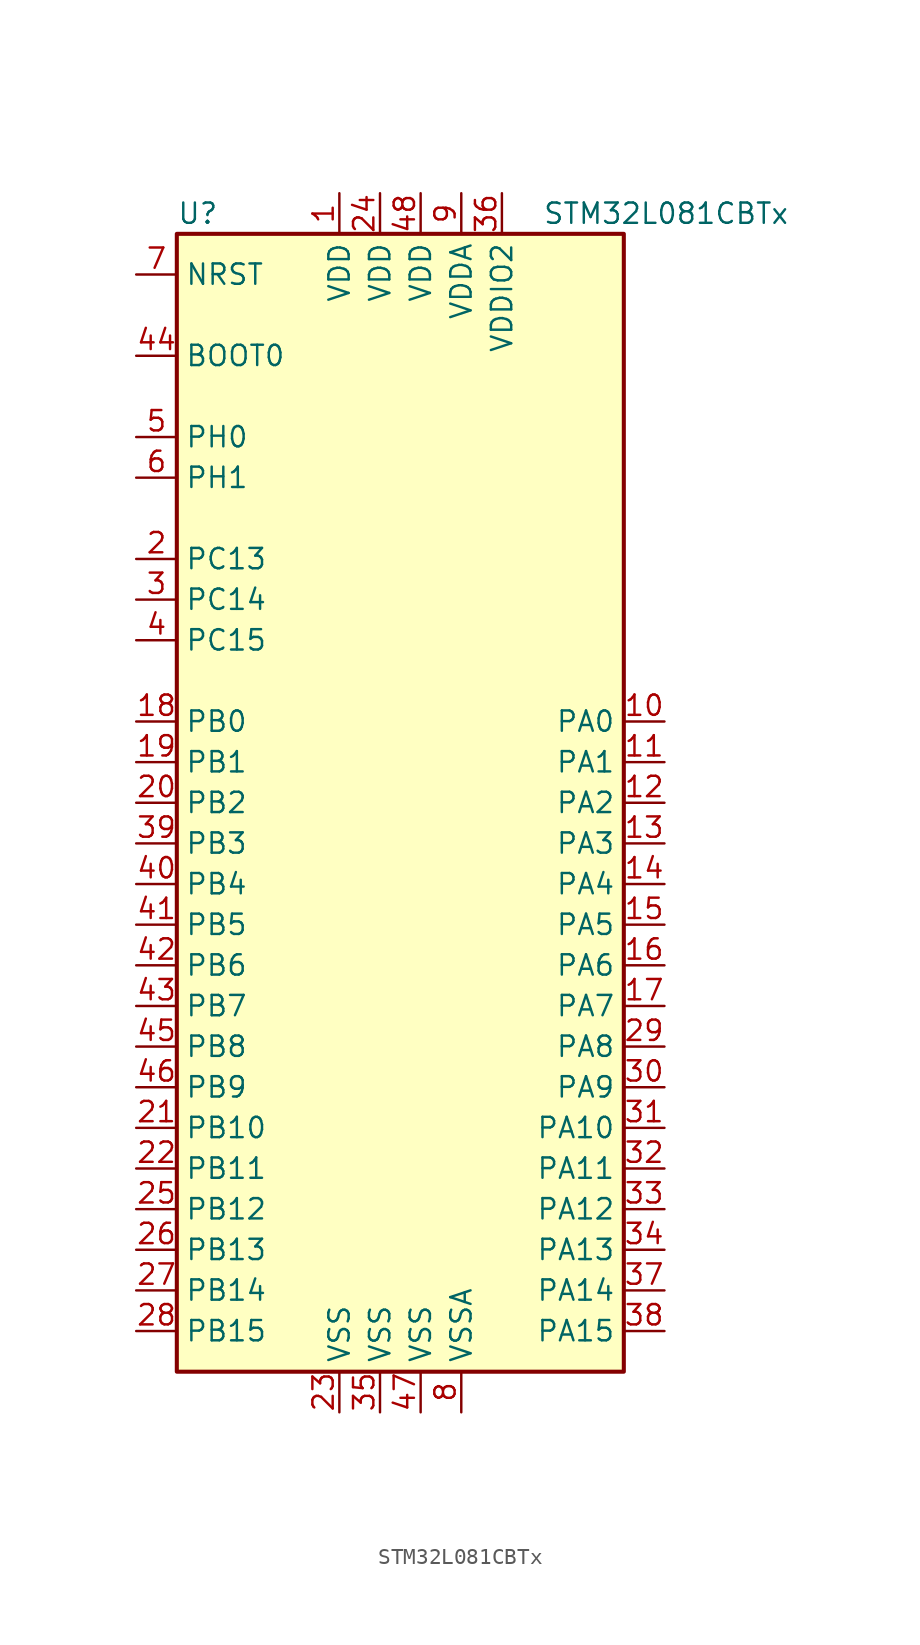
<source format=kicad_sym>
(kicad_symbol_lib
  (version 20211014)
  (generator kicad_symbol_editor)
  (symbol "STM32L081CBTx"
    (property "Reference" "U"
      (at -15.24 36.83 0)
      (effects (font (size 1.27 1.27)) (justify left)))
    (property "Value" "STM32L081CBTx"
      (at 7.62 36.83 0)
      (effects (font (size 1.27 1.27)) (justify left)))
    (symbol "STM32L081CBTx_0_1"
      (rectangle (start -15.24 -35.56) (end 12.7 35.56) (stroke (width 0.254) (type default) (color 0 0 0 0)) (fill (type background))))
    (symbol "STM32L081CBTx_1_1"
      (pin power_in line (at -5.08 38.1 270) (length 2.54) (name "VDD" (effects (font (size 1.27 1.27)))) (number "1" (effects (font (size 1.27 1.27)))))
      (pin bidirectional line (at 15.24 5.08 180) (length 2.54) (name "PA0" (effects (font (size 1.27 1.27)))) (number "10" (effects (font (size 1.27 1.27)))))
      (pin bidirectional line (at 15.24 2.54 180) (length 2.54) (name "PA1" (effects (font (size 1.27 1.27)))) (number "11" (effects (font (size 1.27 1.27)))))
      (pin bidirectional line (at 15.24 0 180) (length 2.54) (name "PA2" (effects (font (size 1.27 1.27)))) (number "12" (effects (font (size 1.27 1.27)))))
      (pin bidirectional line (at 15.24 -2.54 180) (length 2.54) (name "PA3" (effects (font (size 1.27 1.27)))) (number "13" (effects (font (size 1.27 1.27)))))
      (pin bidirectional line (at 15.24 -5.08 180) (length 2.54) (name "PA4" (effects (font (size 1.27 1.27)))) (number "14" (effects (font (size 1.27 1.27)))))
      (pin bidirectional line (at 15.24 -7.62 180) (length 2.54) (name "PA5" (effects (font (size 1.27 1.27)))) (number "15" (effects (font (size 1.27 1.27)))))
      (pin bidirectional line (at 15.24 -10.16 180) (length 2.54) (name "PA6" (effects (font (size 1.27 1.27)))) (number "16" (effects (font (size 1.27 1.27)))))
      (pin bidirectional line (at 15.24 -12.7 180) (length 2.54) (name "PA7" (effects (font (size 1.27 1.27)))) (number "17" (effects (font (size 1.27 1.27)))))
      (pin bidirectional line (at -17.78 5.08 0) (length 2.54) (name "PB0" (effects (font (size 1.27 1.27)))) (number "18" (effects (font (size 1.27 1.27)))))
      (pin bidirectional line (at -17.78 2.54 0) (length 2.54) (name "PB1" (effects (font (size 1.27 1.27)))) (number "19" (effects (font (size 1.27 1.27)))))
      (pin bidirectional line (at -17.78 15.24 0) (length 2.54) (name "PC13" (effects (font (size 1.27 1.27)))) (number "2" (effects (font (size 1.27 1.27)))))
      (pin bidirectional line (at -17.78 0 0) (length 2.54) (name "PB2" (effects (font (size 1.27 1.27)))) (number "20" (effects (font (size 1.27 1.27)))))
      (pin bidirectional line (at -17.78 -20.32 0) (length 2.54) (name "PB10" (effects (font (size 1.27 1.27)))) (number "21" (effects (font (size 1.27 1.27)))))
      (pin bidirectional line (at -17.78 -22.86 0) (length 2.54) (name "PB11" (effects (font (size 1.27 1.27)))) (number "22" (effects (font (size 1.27 1.27)))))
      (pin power_in line (at -5.08 -38.1 90) (length 2.54) (name "VSS" (effects (font (size 1.27 1.27)))) (number "23" (effects (font (size 1.27 1.27)))))
      (pin power_in line (at -2.54 38.1 270) (length 2.54) (name "VDD" (effects (font (size 1.27 1.27)))) (number "24" (effects (font (size 1.27 1.27)))))
      (pin bidirectional line (at -17.78 -25.4 0) (length 2.54) (name "PB12" (effects (font (size 1.27 1.27)))) (number "25" (effects (font (size 1.27 1.27)))))
      (pin bidirectional line (at -17.78 -27.94 0) (length 2.54) (name "PB13" (effects (font (size 1.27 1.27)))) (number "26" (effects (font (size 1.27 1.27)))))
      (pin bidirectional line (at -17.78 -30.48 0) (length 2.54) (name "PB14" (effects (font (size 1.27 1.27)))) (number "27" (effects (font (size 1.27 1.27)))))
      (pin bidirectional line (at -17.78 -33.02 0) (length 2.54) (name "PB15" (effects (font (size 1.27 1.27)))) (number "28" (effects (font (size 1.27 1.27)))))
      (pin bidirectional line (at 15.24 -15.24 180) (length 2.54) (name "PA8" (effects (font (size 1.27 1.27)))) (number "29" (effects (font (size 1.27 1.27)))))
      (pin bidirectional line (at -17.78 12.7 0) (length 2.54) (name "PC14" (effects (font (size 1.27 1.27)))) (number "3" (effects (font (size 1.27 1.27)))))
      (pin bidirectional line (at 15.24 -17.78 180) (length 2.54) (name "PA9" (effects (font (size 1.27 1.27)))) (number "30" (effects (font (size 1.27 1.27)))))
      (pin bidirectional line (at 15.24 -20.32 180) (length 2.54) (name "PA10" (effects (font (size 1.27 1.27)))) (number "31" (effects (font (size 1.27 1.27)))))
      (pin bidirectional line (at 15.24 -22.86 180) (length 2.54) (name "PA11" (effects (font (size 1.27 1.27)))) (number "32" (effects (font (size 1.27 1.27)))))
      (pin bidirectional line (at 15.24 -25.4 180) (length 2.54) (name "PA12" (effects (font (size 1.27 1.27)))) (number "33" (effects (font (size 1.27 1.27)))))
      (pin bidirectional line (at 15.24 -27.94 180) (length 2.54) (name "PA13" (effects (font (size 1.27 1.27)))) (number "34" (effects (font (size 1.27 1.27)))))
      (pin power_in line (at -2.54 -38.1 90) (length 2.54) (name "VSS" (effects (font (size 1.27 1.27)))) (number "35" (effects (font (size 1.27 1.27)))))
      (pin power_in line (at 5.08 38.1 270) (length 2.54) (name "VDDIO2" (effects (font (size 1.27 1.27)))) (number "36" (effects (font (size 1.27 1.27)))))
      (pin bidirectional line (at 15.24 -30.48 180) (length 2.54) (name "PA14" (effects (font (size 1.27 1.27)))) (number "37" (effects (font (size 1.27 1.27)))))
      (pin bidirectional line (at 15.24 -33.02 180) (length 2.54) (name "PA15" (effects (font (size 1.27 1.27)))) (number "38" (effects (font (size 1.27 1.27)))))
      (pin bidirectional line (at -17.78 -2.54 0) (length 2.54) (name "PB3" (effects (font (size 1.27 1.27)))) (number "39" (effects (font (size 1.27 1.27)))))
      (pin bidirectional line (at -17.78 10.16 0) (length 2.54) (name "PC15" (effects (font (size 1.27 1.27)))) (number "4" (effects (font (size 1.27 1.27)))))
      (pin bidirectional line (at -17.78 -5.08 0) (length 2.54) (name "PB4" (effects (font (size 1.27 1.27)))) (number "40" (effects (font (size 1.27 1.27)))))
      (pin bidirectional line (at -17.78 -7.62 0) (length 2.54) (name "PB5" (effects (font (size 1.27 1.27)))) (number "41" (effects (font (size 1.27 1.27)))))
      (pin bidirectional line (at -17.78 -10.16 0) (length 2.54) (name "PB6" (effects (font (size 1.27 1.27)))) (number "42" (effects (font (size 1.27 1.27)))))
      (pin bidirectional line (at -17.78 -12.7 0) (length 2.54) (name "PB7" (effects (font (size 1.27 1.27)))) (number "43" (effects (font (size 1.27 1.27)))))
      (pin input line (at -17.78 27.94 0) (length 2.54) (name "BOOT0" (effects (font (size 1.27 1.27)))) (number "44" (effects (font (size 1.27 1.27)))))
      (pin bidirectional line (at -17.78 -15.24 0) (length 2.54) (name "PB8" (effects (font (size 1.27 1.27)))) (number "45" (effects (font (size 1.27 1.27)))))
      (pin bidirectional line (at -17.78 -17.78 0) (length 2.54) (name "PB9" (effects (font (size 1.27 1.27)))) (number "46" (effects (font (size 1.27 1.27)))))
      (pin power_in line (at 0 -38.1 90) (length 2.54) (name "VSS" (effects (font (size 1.27 1.27)))) (number "47" (effects (font (size 1.27 1.27)))))
      (pin power_in line (at 0 38.1 270) (length 2.54) (name "VDD" (effects (font (size 1.27 1.27)))) (number "48" (effects (font (size 1.27 1.27)))))
      (pin input line (at -17.78 22.86 0) (length 2.54) (name "PH0" (effects (font (size 1.27 1.27)))) (number "5" (effects (font (size 1.27 1.27)))))
      (pin input line (at -17.78 20.32 0) (length 2.54) (name "PH1" (effects (font (size 1.27 1.27)))) (number "6" (effects (font (size 1.27 1.27)))))
      (pin input line (at -17.78 33.02 0) (length 2.54) (name "NRST" (effects (font (size 1.27 1.27)))) (number "7" (effects (font (size 1.27 1.27)))))
      (pin power_in line (at 2.54 -38.1 90) (length 2.54) (name "VSSA" (effects (font (size 1.27 1.27)))) (number "8" (effects (font (size 1.27 1.27)))))
      (pin power_in line (at 2.54 38.1 270) (length 2.54) (name "VDDA" (effects (font (size 1.27 1.27)))) (number "9" (effects (font (size 1.27 1.27))))))))
</source>
